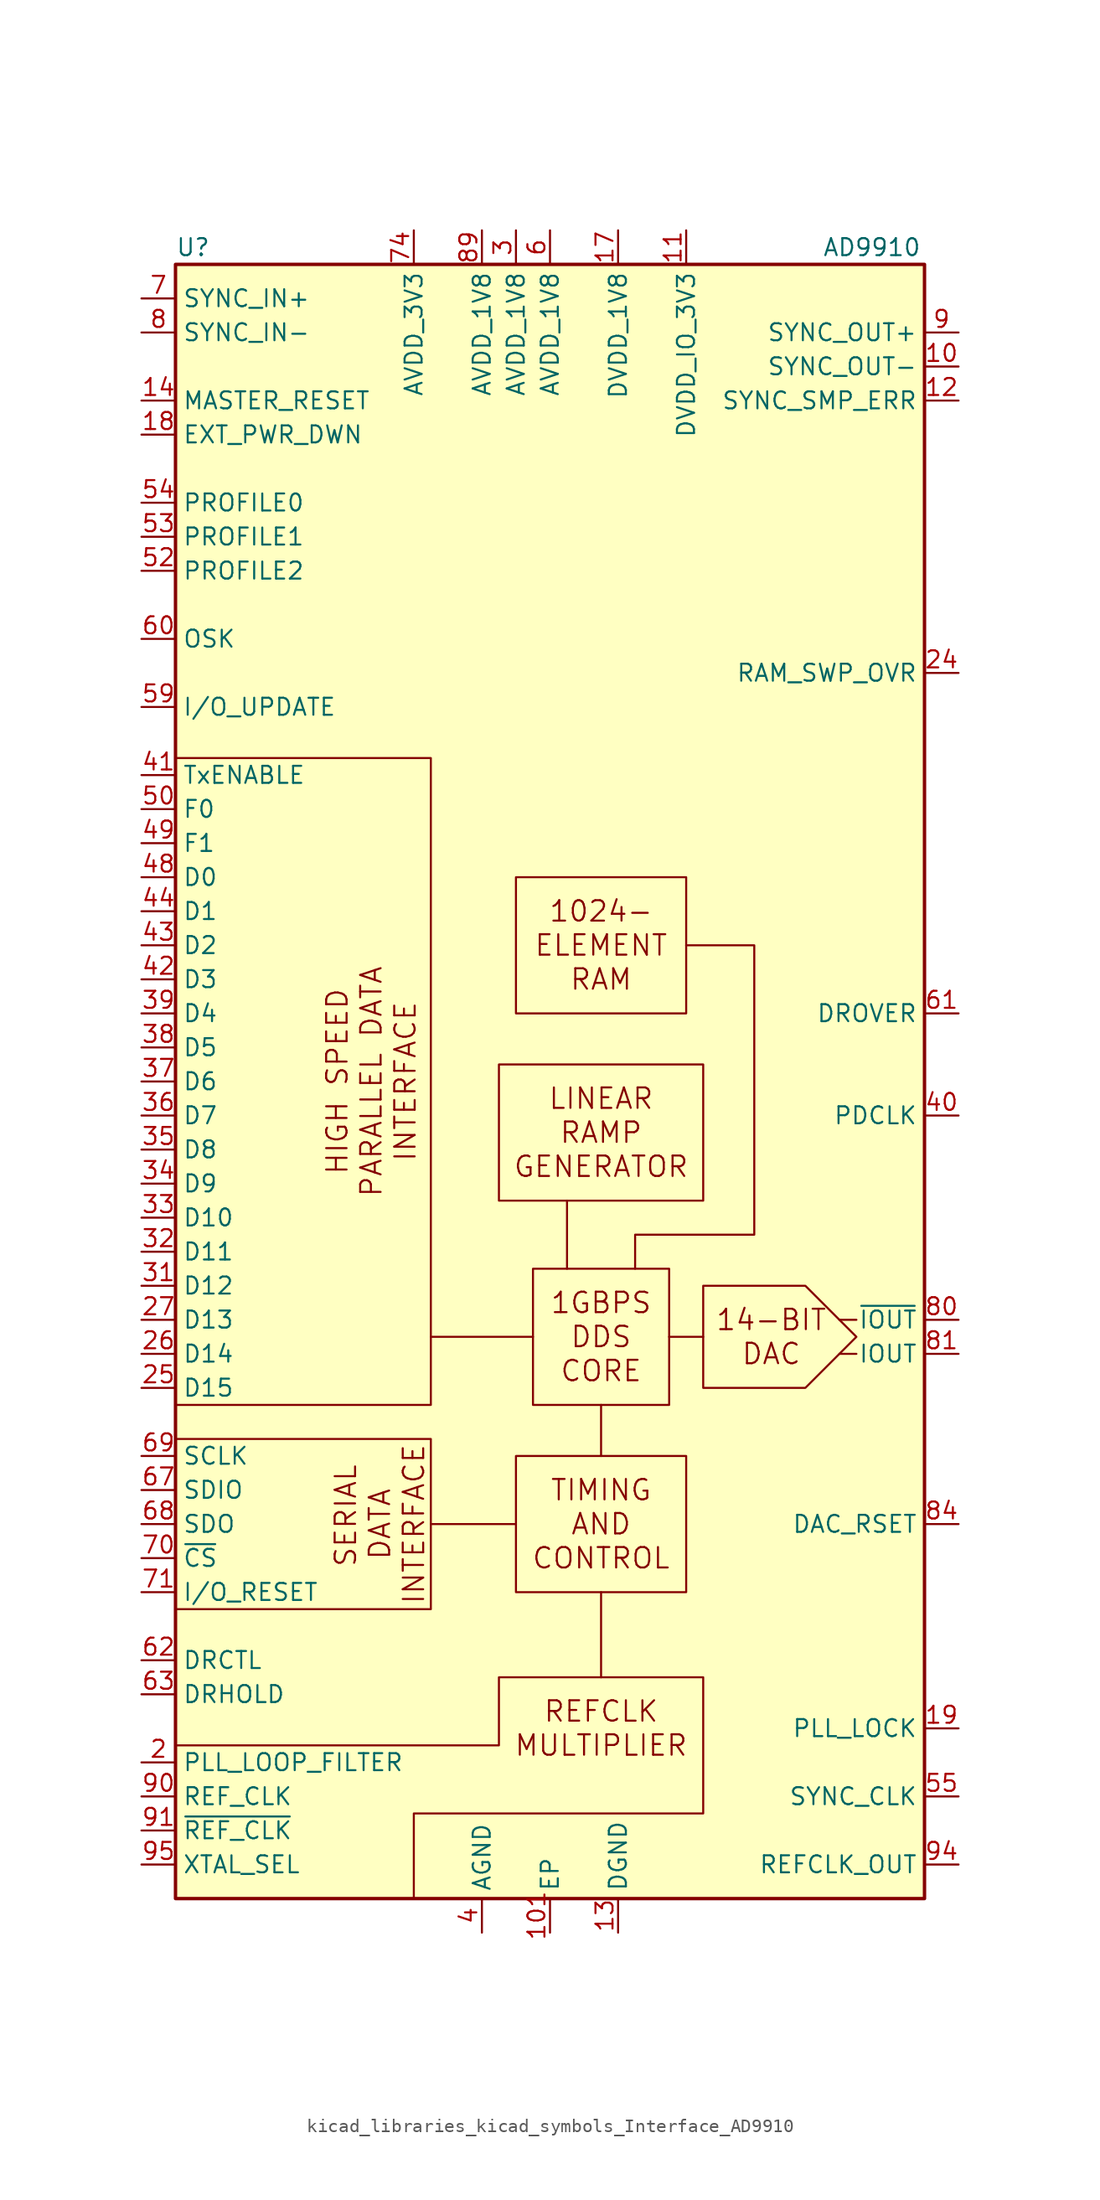
<source format=kicad_sym>
(kicad_symbol_lib
  (version 20220914)
  (generator kicad_symbol_editor)
  (symbol "kicad_libraries_kicad_symbols_Interface_AD9910"
    (property "Reference" "U"
      (at -27.94 62.23 0)
      (effects (font (size 1.27 1.27)) (justify left)))
    (property "Value" "AD9910"
      (at 20.32 62.23 0)
      (effects (font (size 1.27 1.27)) (justify left)))
    (symbol "kicad_libraries_kicad_symbols_Interface_AD9910_0_0"
      (rectangle (start -2.54 -27.94) (end 10.16 -38.1) (stroke (width 0) (type default)) (fill (type none)))
      (rectangle (start -2.54 15.24) (end 10.16 5.08) (stroke (width 0) (type default)) (fill (type none)))
      (polyline (pts (xy -2.54 -33.02) (xy -8.89 -33.02)) (stroke (width 0) (type default)) (fill (type none)))
      (polyline (pts (xy -1.27 -19.05) (xy -8.89 -19.05)) (stroke (width 0) (type default)) (fill (type none)))
      (polyline (pts (xy 1.27 -13.97) (xy 1.27 -8.89)) (stroke (width 0) (type default)) (fill (type none)))
      (polyline (pts (xy 3.81 -38.1) (xy 3.81 -44.45)) (stroke (width 0) (type default)) (fill (type none)))
      (polyline (pts (xy 3.81 -24.13) (xy 3.81 -27.94)) (stroke (width 0) (type default)) (fill (type none)))
      (polyline (pts (xy 11.43 -19.05) (xy 8.89 -19.05)) (stroke (width 0) (type default)) (fill (type none)))
      (polyline (pts (xy 21.59 -20.32) (xy 22.86 -20.32)) (stroke (width 0) (type default)) (fill (type none)))
      (polyline (pts (xy 22.86 -17.78) (xy 21.59 -17.78)) (stroke (width 0) (type default)) (fill (type none)))
      (polyline (pts (xy -27.94 -26.67) (xy -8.89 -26.67) (xy -8.89 -39.37) (xy -27.94 -39.37)) (stroke (width 0) (type default)) (fill (type none)))
      (polyline (pts (xy -27.94 24.13) (xy -8.89 24.13) (xy -8.89 -24.13) (xy -27.94 -24.13)) (stroke (width 0) (type default)) (fill (type none)))
      (polyline (pts (xy 10.16 10.16) (xy 15.24 10.16) (xy 15.24 -11.43) (xy 6.35 -11.43) (xy 6.35 -13.97)) (stroke (width 0) (type default)) (fill (type none)))
      (polyline (pts (xy 22.86 -19.05) (xy 19.05 -15.24) (xy 11.43 -15.24) (xy 11.43 -22.86) (xy 19.05 -22.86) (xy 22.86 -19.05)) (stroke (width 0) (type default)) (fill (type none)))
      (polyline (pts (xy -10.16 -60.96) (xy -10.16 -54.61) (xy 11.43 -54.61) (xy 11.43 -44.45) (xy -3.81 -44.45) (xy -3.81 -49.53) (xy -27.94 -49.53)) (stroke (width 0) (type default)) (fill (type none)))
      (rectangle (start 8.89 -13.97) (end -1.27 -24.13) (stroke (width 0) (type default)) (fill (type none)))
      (rectangle (start 11.43 -8.89) (end -3.81 1.27) (stroke (width 0) (type default)) (fill (type none)))
      (text "1024-" (at 3.81 12.7 0) (effects (font (size 1.524 1.524))))
      (text "1GBPS" (at 3.81 -16.51 0) (effects (font (size 1.524 1.524))))
      (text "AND" (at 3.81 -33.02 0) (effects (font (size 1.524 1.524))))
      (text "CONTROL" (at 3.81 -35.56 0) (effects (font (size 1.524 1.524))))
      (text "CORE" (at 3.81 -21.59 0) (effects (font (size 1.524 1.524))))
      (text "DAC" (at 16.51 -20.32 0) (effects (font (size 1.524 1.524))))
      (text "DATA" (at -12.7 -33.02 900) (effects (font (size 1.524 1.524))))
      (text "DDS" (at 3.81 -19.05 0) (effects (font (size 1.524 1.524))))
      (text "ELEMENT" (at 3.81 10.16 0) (effects (font (size 1.524 1.524))))
      (text "GENERATOR" (at 3.81 -6.35 0) (effects (font (size 1.524 1.524))))
      (text "HIGH SPEED" (at -15.875 0 900) (effects (font (size 1.524 1.524))))
      (text "INTERFACE" (at -10.795 0 900) (effects (font (size 1.524 1.524))))
      (text "INTERFACE" (at -10.16 -33.02 900) (effects (font (size 1.524 1.524))))
      (text "LINEAR" (at 3.81 -1.27 0) (effects (font (size 1.524 1.524))))
      (text "MULTIPLIER" (at 3.81 -49.53 0) (effects (font (size 1.524 1.524))))
      (text "PARALLEL DATA" (at -13.335 0 900) (effects (font (size 1.524 1.524))))
      (text "RAM" (at 3.81 7.62 0) (effects (font (size 1.524 1.524))))
      (text "RAMP" (at 3.81 -3.81 0) (effects (font (size 1.524 1.524))))
      (text "REFCLK" (at 3.81 -46.99 0) (effects (font (size 1.524 1.524))))
      (text "SERIAL" (at -15.24 -32.385 900) (effects (font (size 1.524 1.524))))
      (text "TIMING" (at 3.81 -30.48 0) (effects (font (size 1.524 1.524)))))
    (symbol "kicad_libraries_kicad_symbols_Interface_AD9910_0_1"
      (rectangle (start -27.94 60.96) (end 27.94 -60.96) (stroke (width 0.254) (type default)) (fill (type background))))
    (symbol "kicad_libraries_kicad_symbols_Interface_AD9910_1_0"
      (text "14-BIT" (at 16.51 -17.78 0) (effects (font (size 1.524 1.524)))))
    (symbol "kicad_libraries_kicad_symbols_Interface_AD9910_1_1"
      (pin no_connect line (at 27.94 48.26 180) (length 2.54) hide (name "NC" (effects (font (size 1.27 1.27)))) (number "1" (effects (font (size 1.27 1.27)))))
      (pin output line (at 30.48 53.34 180) (length 2.54) (name "SYNC_OUT-" (effects (font (size 1.27 1.27)))) (number "10" (effects (font (size 1.27 1.27)))))
      (pin no_connect line (at 27.94 22.86 180) (length 2.54) hide (name "NC" (effects (font (size 1.27 1.27)))) (number "100" (effects (font (size 1.27 1.27)))))
      (pin power_in line (at 0 -63.5 90) (length 2.54) (name "EP" (effects (font (size 1.27 1.27)))) (number "101" (effects (font (size 1.27 1.27)))))
      (pin power_in line (at 10.16 63.5 270) (length 2.54) (name "DVDD_IO_3V3" (effects (font (size 1.27 1.27)))) (number "11" (effects (font (size 1.27 1.27)))))
      (pin output line (at 30.48 50.8 180) (length 2.54) (name "SYNC_SMP_ERR" (effects (font (size 1.27 1.27)))) (number "12" (effects (font (size 1.27 1.27)))))
      (pin power_in line (at 5.08 -63.5 90) (length 2.54) (name "DGND" (effects (font (size 1.27 1.27)))) (number "13" (effects (font (size 1.27 1.27)))))
      (pin input line (at -30.48 50.8 0) (length 2.54) (name "MASTER_RESET" (effects (font (size 1.27 1.27)))) (number "14" (effects (font (size 1.27 1.27)))))
      (pin passive line (at 10.16 63.5 270) (length 2.54) hide (name "DVDD_IO_3V3" (effects (font (size 1.27 1.27)))) (number "15" (effects (font (size 1.27 1.27)))))
      (pin passive line (at 5.08 -63.5 90) (length 2.54) hide (name "DGND" (effects (font (size 1.27 1.27)))) (number "16" (effects (font (size 1.27 1.27)))))
      (pin power_in line (at 5.08 63.5 270) (length 2.54) (name "DVDD_1V8" (effects (font (size 1.27 1.27)))) (number "17" (effects (font (size 1.27 1.27)))))
      (pin input line (at -30.48 48.26 0) (length 2.54) (name "EXT_PWR_DWN" (effects (font (size 1.27 1.27)))) (number "18" (effects (font (size 1.27 1.27)))))
      (pin output line (at 30.48 -48.26 180) (length 2.54) (name "PLL_LOCK" (effects (font (size 1.27 1.27)))) (number "19" (effects (font (size 1.27 1.27)))))
      (pin input line (at -30.48 -50.8 0) (length 2.54) (name "PLL_LOOP_FILTER" (effects (font (size 1.27 1.27)))) (number "2" (effects (font (size 1.27 1.27)))))
      (pin no_connect line (at 27.94 45.72 180) (length 2.54) hide (name "NC" (effects (font (size 1.27 1.27)))) (number "20" (effects (font (size 1.27 1.27)))))
      (pin passive line (at 10.16 63.5 270) (length 2.54) hide (name "DVDD_IO_3V3" (effects (font (size 1.27 1.27)))) (number "21" (effects (font (size 1.27 1.27)))))
      (pin passive line (at 5.08 -63.5 90) (length 2.54) hide (name "DGND" (effects (font (size 1.27 1.27)))) (number "22" (effects (font (size 1.27 1.27)))))
      (pin passive line (at 5.08 63.5 270) (length 2.54) hide (name "DVDD_1V8" (effects (font (size 1.27 1.27)))) (number "23" (effects (font (size 1.27 1.27)))))
      (pin output line (at 30.48 30.48 180) (length 2.54) (name "RAM_SWP_OVR" (effects (font (size 1.27 1.27)))) (number "24" (effects (font (size 1.27 1.27)))))
      (pin input line (at -30.48 -22.86 0) (length 2.54) (name "D15" (effects (font (size 1.27 1.27)))) (number "25" (effects (font (size 1.27 1.27)))))
      (pin input line (at -30.48 -20.32 0) (length 2.54) (name "D14" (effects (font (size 1.27 1.27)))) (number "26" (effects (font (size 1.27 1.27)))))
      (pin input line (at -30.48 -17.78 0) (length 2.54) (name "D13" (effects (font (size 1.27 1.27)))) (number "27" (effects (font (size 1.27 1.27)))))
      (pin passive line (at 10.16 63.5 270) (length 2.54) hide (name "DVDD_IO_3V3" (effects (font (size 1.27 1.27)))) (number "28" (effects (font (size 1.27 1.27)))))
      (pin passive line (at 5.08 -63.5 90) (length 2.54) hide (name "DGND" (effects (font (size 1.27 1.27)))) (number "29" (effects (font (size 1.27 1.27)))))
      (pin power_in line (at -2.54 63.5 270) (length 2.54) (name "AVDD_1V8" (effects (font (size 1.27 1.27)))) (number "3" (effects (font (size 1.27 1.27)))))
      (pin passive line (at 5.08 63.5 270) (length 2.54) hide (name "DVDD_1V8" (effects (font (size 1.27 1.27)))) (number "30" (effects (font (size 1.27 1.27)))))
      (pin input line (at -30.48 -15.24 0) (length 2.54) (name "D12" (effects (font (size 1.27 1.27)))) (number "31" (effects (font (size 1.27 1.27)))))
      (pin input line (at -30.48 -12.7 0) (length 2.54) (name "D11" (effects (font (size 1.27 1.27)))) (number "32" (effects (font (size 1.27 1.27)))))
      (pin input line (at -30.48 -10.16 0) (length 2.54) (name "D10" (effects (font (size 1.27 1.27)))) (number "33" (effects (font (size 1.27 1.27)))))
      (pin input line (at -30.48 -7.62 0) (length 2.54) (name "D9" (effects (font (size 1.27 1.27)))) (number "34" (effects (font (size 1.27 1.27)))))
      (pin input line (at -30.48 -5.08 0) (length 2.54) (name "D8" (effects (font (size 1.27 1.27)))) (number "35" (effects (font (size 1.27 1.27)))))
      (pin input line (at -30.48 -2.54 0) (length 2.54) (name "D7" (effects (font (size 1.27 1.27)))) (number "36" (effects (font (size 1.27 1.27)))))
      (pin input line (at -30.48 0 0) (length 2.54) (name "D6" (effects (font (size 1.27 1.27)))) (number "37" (effects (font (size 1.27 1.27)))))
      (pin input line (at -30.48 2.54 0) (length 2.54) (name "D5" (effects (font (size 1.27 1.27)))) (number "38" (effects (font (size 1.27 1.27)))))
      (pin input line (at -30.48 5.08 0) (length 2.54) (name "D4" (effects (font (size 1.27 1.27)))) (number "39" (effects (font (size 1.27 1.27)))))
      (pin power_in line (at -5.08 -63.5 90) (length 2.54) (name "AGND" (effects (font (size 1.27 1.27)))) (number "4" (effects (font (size 1.27 1.27)))))
      (pin output line (at 30.48 -2.54 180) (length 2.54) (name "PDCLK" (effects (font (size 1.27 1.27)))) (number "40" (effects (font (size 1.27 1.27)))))
      (pin input line (at -30.48 22.86 0) (length 2.54) (name "TxENABLE" (effects (font (size 1.27 1.27)))) (number "41" (effects (font (size 1.27 1.27)))))
      (pin input line (at -30.48 7.62 0) (length 2.54) (name "D3" (effects (font (size 1.27 1.27)))) (number "42" (effects (font (size 1.27 1.27)))))
      (pin input line (at -30.48 10.16 0) (length 2.54) (name "D2" (effects (font (size 1.27 1.27)))) (number "43" (effects (font (size 1.27 1.27)))))
      (pin input line (at -30.48 12.7 0) (length 2.54) (name "D1" (effects (font (size 1.27 1.27)))) (number "44" (effects (font (size 1.27 1.27)))))
      (pin passive line (at 10.16 63.5 270) (length 2.54) hide (name "DVDD_IO_3V3" (effects (font (size 1.27 1.27)))) (number "45" (effects (font (size 1.27 1.27)))))
      (pin passive line (at 5.08 -63.5 90) (length 2.54) hide (name "DGND" (effects (font (size 1.27 1.27)))) (number "46" (effects (font (size 1.27 1.27)))))
      (pin passive line (at 5.08 63.5 270) (length 2.54) hide (name "DVDD_1V8" (effects (font (size 1.27 1.27)))) (number "47" (effects (font (size 1.27 1.27)))))
      (pin input line (at -30.48 15.24 0) (length 2.54) (name "D0" (effects (font (size 1.27 1.27)))) (number "48" (effects (font (size 1.27 1.27)))))
      (pin input line (at -30.48 17.78 0) (length 2.54) (name "F1" (effects (font (size 1.27 1.27)))) (number "49" (effects (font (size 1.27 1.27)))))
      (pin passive line (at -5.08 -63.5 90) (length 2.54) hide (name "AGND" (effects (font (size 1.27 1.27)))) (number "5" (effects (font (size 1.27 1.27)))))
      (pin input line (at -30.48 20.32 0) (length 2.54) (name "F0" (effects (font (size 1.27 1.27)))) (number "50" (effects (font (size 1.27 1.27)))))
      (pin passive line (at 5.08 -63.5 90) (length 2.54) hide (name "DGND" (effects (font (size 1.27 1.27)))) (number "51" (effects (font (size 1.27 1.27)))))
      (pin input line (at -30.48 38.1 0) (length 2.54) (name "PROFILE2" (effects (font (size 1.27 1.27)))) (number "52" (effects (font (size 1.27 1.27)))))
      (pin input line (at -30.48 40.64 0) (length 2.54) (name "PROFILE1" (effects (font (size 1.27 1.27)))) (number "53" (effects (font (size 1.27 1.27)))))
      (pin input line (at -30.48 43.18 0) (length 2.54) (name "PROFILE0" (effects (font (size 1.27 1.27)))) (number "54" (effects (font (size 1.27 1.27)))))
      (pin output line (at 30.48 -53.34 180) (length 2.54) (name "SYNC_CLK" (effects (font (size 1.27 1.27)))) (number "55" (effects (font (size 1.27 1.27)))))
      (pin passive line (at 10.16 63.5 270) (length 2.54) hide (name "DVDD_IO_3V3" (effects (font (size 1.27 1.27)))) (number "56" (effects (font (size 1.27 1.27)))))
      (pin passive line (at 5.08 63.5 270) (length 2.54) hide (name "DVDD_1V8" (effects (font (size 1.27 1.27)))) (number "57" (effects (font (size 1.27 1.27)))))
      (pin passive line (at 5.08 -63.5 90) (length 2.54) hide (name "DGND" (effects (font (size 1.27 1.27)))) (number "58" (effects (font (size 1.27 1.27)))))
      (pin bidirectional line (at -30.48 27.94 0) (length 2.54) (name "I/O_UPDATE" (effects (font (size 1.27 1.27)))) (number "59" (effects (font (size 1.27 1.27)))))
      (pin power_in line (at 0 63.5 270) (length 2.54) (name "AVDD_1V8" (effects (font (size 1.27 1.27)))) (number "6" (effects (font (size 1.27 1.27)))))
      (pin input line (at -30.48 33.02 0) (length 2.54) (name "OSK" (effects (font (size 1.27 1.27)))) (number "60" (effects (font (size 1.27 1.27)))))
      (pin output line (at 30.48 5.08 180) (length 2.54) (name "DROVER" (effects (font (size 1.27 1.27)))) (number "61" (effects (font (size 1.27 1.27)))))
      (pin input line (at -30.48 -43.18 0) (length 2.54) (name "DRCTL" (effects (font (size 1.27 1.27)))) (number "62" (effects (font (size 1.27 1.27)))))
      (pin input line (at -30.48 -45.72 0) (length 2.54) (name "DRHOLD" (effects (font (size 1.27 1.27)))) (number "63" (effects (font (size 1.27 1.27)))))
      (pin passive line (at 5.08 63.5 270) (length 2.54) hide (name "DVDD_1V8" (effects (font (size 1.27 1.27)))) (number "64" (effects (font (size 1.27 1.27)))))
      (pin passive line (at 5.08 -63.5 90) (length 2.54) hide (name "DGND" (effects (font (size 1.27 1.27)))) (number "65" (effects (font (size 1.27 1.27)))))
      (pin passive line (at 10.16 63.5 270) (length 2.54) hide (name "DVDD_IO_3V3" (effects (font (size 1.27 1.27)))) (number "66" (effects (font (size 1.27 1.27)))))
      (pin bidirectional line (at -30.48 -30.48 0) (length 2.54) (name "SDIO" (effects (font (size 1.27 1.27)))) (number "67" (effects (font (size 1.27 1.27)))))
      (pin output line (at -30.48 -33.02 0) (length 2.54) (name "SDO" (effects (font (size 1.27 1.27)))) (number "68" (effects (font (size 1.27 1.27)))))
      (pin input line (at -30.48 -27.94 0) (length 2.54) (name "SCLK" (effects (font (size 1.27 1.27)))) (number "69" (effects (font (size 1.27 1.27)))))
      (pin input line (at -30.48 58.42 0) (length 2.54) (name "SYNC_IN+" (effects (font (size 1.27 1.27)))) (number "7" (effects (font (size 1.27 1.27)))))
      (pin input line (at -30.48 -35.56 0) (length 2.54) (name "~{CS}" (effects (font (size 1.27 1.27)))) (number "70" (effects (font (size 1.27 1.27)))))
      (pin input line (at -30.48 -38.1 0) (length 2.54) (name "I/O_RESET" (effects (font (size 1.27 1.27)))) (number "71" (effects (font (size 1.27 1.27)))))
      (pin no_connect line (at 27.94 43.18 180) (length 2.54) hide (name "NC" (effects (font (size 1.27 1.27)))) (number "72" (effects (font (size 1.27 1.27)))))
      (pin passive line (at -5.08 -63.5 90) (length 2.54) hide (name "AGND" (effects (font (size 1.27 1.27)))) (number "73" (effects (font (size 1.27 1.27)))))
      (pin power_in line (at -10.16 63.5 270) (length 2.54) (name "AVDD_3V3" (effects (font (size 1.27 1.27)))) (number "74" (effects (font (size 1.27 1.27)))))
      (pin passive line (at -10.16 63.5 270) (length 2.54) hide (name "AVDD_3V3" (effects (font (size 1.27 1.27)))) (number "75" (effects (font (size 1.27 1.27)))))
      (pin passive line (at -10.16 63.5 270) (length 2.54) hide (name "AVDD_3V3" (effects (font (size 1.27 1.27)))) (number "76" (effects (font (size 1.27 1.27)))))
      (pin passive line (at -10.16 63.5 270) (length 2.54) hide (name "AVDD_3V3" (effects (font (size 1.27 1.27)))) (number "77" (effects (font (size 1.27 1.27)))))
      (pin passive line (at -5.08 -63.5 90) (length 2.54) hide (name "AGND" (effects (font (size 1.27 1.27)))) (number "78" (effects (font (size 1.27 1.27)))))
      (pin passive line (at -5.08 -63.5 90) (length 2.54) hide (name "AGND" (effects (font (size 1.27 1.27)))) (number "79" (effects (font (size 1.27 1.27)))))
      (pin input line (at -30.48 55.88 0) (length 2.54) (name "SYNC_IN-" (effects (font (size 1.27 1.27)))) (number "8" (effects (font (size 1.27 1.27)))))
      (pin output line (at 30.48 -17.78 180) (length 2.54) (name "~{IOUT}" (effects (font (size 1.27 1.27)))) (number "80" (effects (font (size 1.27 1.27)))))
      (pin output line (at 30.48 -20.32 180) (length 2.54) (name "IOUT" (effects (font (size 1.27 1.27)))) (number "81" (effects (font (size 1.27 1.27)))))
      (pin passive line (at -5.08 -63.5 90) (length 2.54) hide (name "AGND" (effects (font (size 1.27 1.27)))) (number "82" (effects (font (size 1.27 1.27)))))
      (pin passive line (at -10.16 63.5 270) (length 2.54) hide (name "AVDD_3V3" (effects (font (size 1.27 1.27)))) (number "83" (effects (font (size 1.27 1.27)))))
      (pin output line (at 30.48 -33.02 180) (length 2.54) (name "DAC_RSET" (effects (font (size 1.27 1.27)))) (number "84" (effects (font (size 1.27 1.27)))))
      (pin passive line (at -5.08 -63.5 90) (length 2.54) hide (name "AGND" (effects (font (size 1.27 1.27)))) (number "85" (effects (font (size 1.27 1.27)))))
      (pin no_connect line (at 27.94 40.64 180) (length 2.54) hide (name "NC" (effects (font (size 1.27 1.27)))) (number "86" (effects (font (size 1.27 1.27)))))
      (pin no_connect line (at 27.94 38.1 180) (length 2.54) hide (name "NC" (effects (font (size 1.27 1.27)))) (number "87" (effects (font (size 1.27 1.27)))))
      (pin passive line (at -5.08 -63.5 90) (length 2.54) hide (name "AGND" (effects (font (size 1.27 1.27)))) (number "88" (effects (font (size 1.27 1.27)))))
      (pin power_in line (at -5.08 63.5 270) (length 2.54) (name "AVDD_1V8" (effects (font (size 1.27 1.27)))) (number "89" (effects (font (size 1.27 1.27)))))
      (pin output line (at 30.48 55.88 180) (length 2.54) (name "SYNC_OUT+" (effects (font (size 1.27 1.27)))) (number "9" (effects (font (size 1.27 1.27)))))
      (pin input line (at -30.48 -53.34 0) (length 2.54) (name "REF_CLK" (effects (font (size 1.27 1.27)))) (number "90" (effects (font (size 1.27 1.27)))))
      (pin input line (at -30.48 -55.88 0) (length 2.54) (name "~{REF_CLK}" (effects (font (size 1.27 1.27)))) (number "91" (effects (font (size 1.27 1.27)))))
      (pin passive line (at -5.08 63.5 270) (length 2.54) hide (name "AVDD_1V8" (effects (font (size 1.27 1.27)))) (number "92" (effects (font (size 1.27 1.27)))))
      (pin no_connect line (at 27.94 35.56 180) (length 2.54) hide (name "NC" (effects (font (size 1.27 1.27)))) (number "93" (effects (font (size 1.27 1.27)))))
      (pin output line (at 30.48 -58.42 180) (length 2.54) (name "REFCLK_OUT" (effects (font (size 1.27 1.27)))) (number "94" (effects (font (size 1.27 1.27)))))
      (pin input line (at -30.48 -58.42 0) (length 2.54) (name "XTAL_SEL" (effects (font (size 1.27 1.27)))) (number "95" (effects (font (size 1.27 1.27)))))
      (pin passive line (at -5.08 -63.5 90) (length 2.54) hide (name "AGND" (effects (font (size 1.27 1.27)))) (number "96" (effects (font (size 1.27 1.27)))))
      (pin no_connect line (at 27.94 33.02 180) (length 2.54) hide (name "NC" (effects (font (size 1.27 1.27)))) (number "97" (effects (font (size 1.27 1.27)))))
      (pin no_connect line (at 27.94 27.94 180) (length 2.54) hide (name "NC" (effects (font (size 1.27 1.27)))) (number "98" (effects (font (size 1.27 1.27)))))
      (pin no_connect line (at 27.94 25.4 180) (length 2.54) hide (name "NC" (effects (font (size 1.27 1.27)))) (number "99" (effects (font (size 1.27 1.27))))))))
</source>
